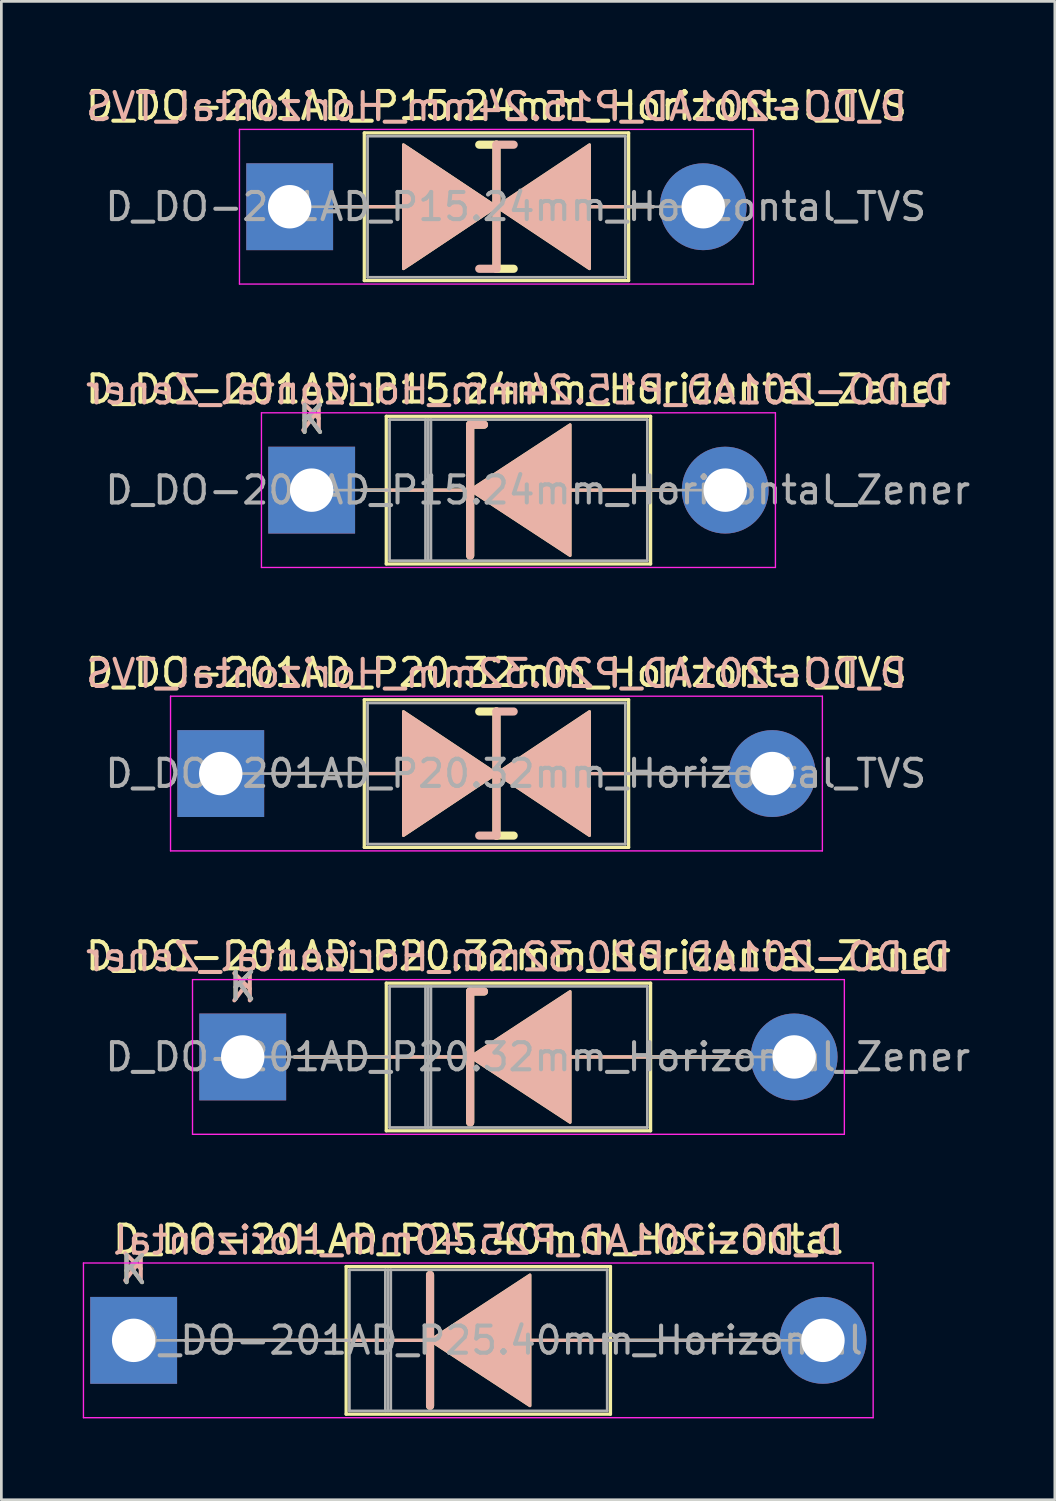
<source format=kicad_pcb>
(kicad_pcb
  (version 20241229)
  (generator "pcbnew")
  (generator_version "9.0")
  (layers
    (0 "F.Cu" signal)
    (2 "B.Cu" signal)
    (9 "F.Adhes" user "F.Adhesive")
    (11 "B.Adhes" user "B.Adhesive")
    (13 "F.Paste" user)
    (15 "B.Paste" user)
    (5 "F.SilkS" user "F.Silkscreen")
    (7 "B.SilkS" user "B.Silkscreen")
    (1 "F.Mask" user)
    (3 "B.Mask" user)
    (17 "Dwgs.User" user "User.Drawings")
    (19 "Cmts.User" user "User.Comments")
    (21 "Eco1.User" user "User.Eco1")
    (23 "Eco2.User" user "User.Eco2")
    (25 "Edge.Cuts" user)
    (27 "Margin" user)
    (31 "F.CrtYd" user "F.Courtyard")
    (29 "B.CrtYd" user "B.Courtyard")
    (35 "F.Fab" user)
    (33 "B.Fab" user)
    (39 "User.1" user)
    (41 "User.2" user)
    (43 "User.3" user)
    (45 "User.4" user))
  (footprint "D_DO-201AD_P20.32mm_Horizontal_TVS"
    (layer "F.Cu")
    (at 5.084 25.455)
    (property "Reference" "D_DO-201AD_P20.32mm_Horizontal_TVS" (at 10.16 -3.72 0) (layer "F.SilkS") (effects (font (size 1 1) (thickness 0.15))))
    (fp_line (start 1.905 0) (end 5.29 0) (stroke (width 0.12) (type solid)) (layer "F.SilkS"))
    (fp_line (start 5.29 -2.72) (end 5.29 2.72) (stroke (width 0.12) (type solid)) (layer "F.SilkS"))
    (fp_line (start 5.29 0) (end 6.731 0) (stroke (width 0.12) (type solid)) (layer "F.SilkS"))
    (fp_line (start 5.29 2.72) (end 15.03 2.72) (stroke (width 0.12) (type solid)) (layer "F.SilkS"))
    (fp_line (start 10.16 -2.286) (end 9.525 -2.286) (stroke (width 0.3) (type solid)) (layer "F.SilkS"))
    (fp_line (start 10.16 2.286) (end 10.16 -2.286) (stroke (width 0.3) (type solid)) (layer "F.SilkS"))
    (fp_line (start 10.795 2.286) (end 10.16 2.286) (stroke (width 0.3) (type solid)) (layer "F.SilkS"))
    (fp_line (start 13.589 0) (end 15.03 0) (stroke (width 0.12) (type solid)) (layer "F.SilkS"))
    (fp_line (start 15.03 -2.72) (end 5.29 -2.72) (stroke (width 0.12) (type solid)) (layer "F.SilkS"))
    (fp_line (start 15.03 2.72) (end 15.03 -2.72) (stroke (width 0.12) (type solid)) (layer "F.SilkS"))
    (fp_line (start 18.415 0) (end 15.03 0) (stroke (width 0.12) (type solid)) (layer "F.SilkS"))
    (fp_poly (pts (xy 10.16 0) (xy 6.731 2.286) (xy 6.731 -2.286)) (stroke (width 0.1) (type solid)) (fill yes) (layer "F.SilkS"))
    (fp_poly (pts (xy 10.16 0) (xy 13.589 -2.286) (xy 13.589 2.286)) (stroke (width 0.1) (type solid)) (fill yes) (layer "F.SilkS"))
    (fp_line (start 1.905 0) (end 5.29 0) (stroke (width 0.12) (type solid)) (layer "B.SilkS"))
    (fp_line (start 5.29 0) (end 6.731 0) (stroke (width 0.12) (type solid)) (layer "B.SilkS"))
    (fp_line (start 10.16 -2.286) (end 10.16 2.286) (stroke (width 0.3) (type solid)) (layer "B.SilkS"))
    (fp_line (start 10.16 2.286) (end 9.525 2.286) (stroke (width 0.3) (type solid)) (layer "B.SilkS"))
    (fp_line (start 10.795 -2.286) (end 10.16 -2.286) (stroke (width 0.3) (type solid)) (layer "B.SilkS"))
    (fp_line (start 13.589 0) (end 15.03 0) (stroke (width 0.12) (type solid)) (layer "B.SilkS"))
    (fp_line (start 18.415 0) (end 15.03 0) (stroke (width 0.12) (type solid)) (layer "B.SilkS"))
    (fp_poly (pts (xy 10.16 0) (xy 6.731 -2.286) (xy 6.731 2.286)) (stroke (width 0.1) (type solid)) (fill yes) (layer "B.SilkS"))
    (fp_poly (pts (xy 10.16 0) (xy 13.589 2.286) (xy 13.589 -2.286)) (stroke (width 0.1) (type solid)) (fill yes) (layer "B.SilkS"))
    (fp_line (start -1.85 -2.85) (end -1.85 2.85) (stroke (width 0.05) (type solid)) (layer "F.CrtYd"))
    (fp_line (start -1.85 2.85) (end 22.17 2.85) (stroke (width 0.05) (type solid)) (layer "F.CrtYd"))
    (fp_line (start 22.17 -2.85) (end -1.85 -2.85) (stroke (width 0.05) (type solid)) (layer "F.CrtYd"))
    (fp_line (start 22.17 2.85) (end 22.17 -2.85) (stroke (width 0.05) (type solid)) (layer "F.CrtYd"))
    (fp_line (start 0 0) (end 5.41 0) (stroke (width 0.1) (type solid)) (layer "F.Fab"))
    (fp_line (start 5.41 -2.6) (end 5.41 2.6) (stroke (width 0.1) (type solid)) (layer "F.Fab"))
    (fp_line (start 5.41 2.6) (end 14.91 2.6) (stroke (width 0.1) (type solid)) (layer "F.Fab"))
    (fp_line (start 14.91 -2.6) (end 5.41 -2.6) (stroke (width 0.1) (type solid)) (layer "F.Fab"))
    (fp_line (start 14.91 2.6) (end 14.91 -2.6) (stroke (width 0.1) (type solid)) (layer "F.Fab"))
    (fp_line (start 20.32 0) (end 14.91 0) (stroke (width 0.1) (type solid)) (layer "F.Fab"))
    (fp_text user "${REFERENCE}" (at 10.16 -3.683 0) (layer "B.SilkS") (effects (font (size 1 1) (thickness 0.15)) (justify mirror)))
    (fp_text user "${REFERENCE}" (at 10.873 0 0) (layer "F.Fab") (effects (font (size 1 1) (thickness 0.15))))
    (pad "1" thru_hole rect (at 0 0) (size 3.2 3.2) (drill 1.6) (layers "*.Cu" "*.Mask"))
    (pad "2" thru_hole oval (at 20.32 0) (size 3.2 3.2) (drill 1.6) (layers "*.Cu" "*.Mask")))
  (footprint "D_DO-201AD_P20.32mm_Horizontal_Zener"
    (layer "F.Cu")
    (at 5.894 35.898)
    (property "Reference" "D_DO-201AD_P20.32mm_Horizontal_Zener" (at 10.16 -3.72 0) (layer "F.SilkS") (effects (font (size 1 1) (thickness 0.15))))
    (fp_line (start 1.905 0) (end 5.29 0) (stroke (width 0.12) (type solid)) (layer "F.SilkS"))
    (fp_line (start 5.29 -2.72) (end 5.29 2.72) (stroke (width 0.12) (type solid)) (layer "F.SilkS"))
    (fp_line (start 5.29 2.72) (end 15.03 2.72) (stroke (width 0.12) (type solid)) (layer "F.SilkS"))
    (fp_line (start 8.255 0) (end 5.29 0) (stroke (width 0.12) (type solid)) (layer "F.SilkS"))
    (fp_line (start 8.382 -2.413) (end 8.382 2.413) (stroke (width 0.3) (type solid)) (layer "F.SilkS"))
    (fp_line (start 8.382 -2.413) (end 8.89 -2.413) (stroke (width 0.3) (type solid)) (layer "F.SilkS"))
    (fp_line (start 12.065 0) (end 15.03 0) (stroke (width 0.12) (type solid)) (layer "F.SilkS"))
    (fp_line (start 15.03 -2.72) (end 5.29 -2.72) (stroke (width 0.12) (type solid)) (layer "F.SilkS"))
    (fp_line (start 15.03 2.72) (end 15.03 -2.72) (stroke (width 0.12) (type solid)) (layer "F.SilkS"))
    (fp_line (start 18.415 0) (end 15.03 0) (stroke (width 0.12) (type solid)) (layer "F.SilkS"))
    (fp_poly (pts (xy 12.065 2.413) (xy 8.382 0) (xy 12.065 -2.413)) (stroke (width 0.1) (type solid)) (fill yes) (layer "F.SilkS"))
    (fp_line (start 1.905 0) (end 5.29 0) (stroke (width 0.12) (type solid)) (layer "B.SilkS"))
    (fp_line (start 8.255 0) (end 5.29 0) (stroke (width 0.12) (type solid)) (layer "B.SilkS"))
    (fp_line (start 8.382 -2.413) (end 8.89 -2.413) (stroke (width 0.3) (type solid)) (layer "B.SilkS"))
    (fp_line (start 8.382 2.413) (end 8.382 -2.413) (stroke (width 0.3) (type solid)) (layer "B.SilkS"))
    (fp_line (start 12.065 0) (end 15.03 0) (stroke (width 0.12) (type solid)) (layer "B.SilkS"))
    (fp_line (start 18.415 0) (end 15.03 0) (stroke (width 0.12) (type solid)) (layer "B.SilkS"))
    (fp_poly (pts (xy 12.065 -2.413) (xy 8.382 0) (xy 12.065 2.413)) (stroke (width 0.1) (type solid)) (fill yes) (layer "B.SilkS"))
    (fp_line (start -1.85 -2.85) (end -1.85 2.85) (stroke (width 0.05) (type solid)) (layer "F.CrtYd"))
    (fp_line (start -1.85 2.85) (end 22.17 2.85) (stroke (width 0.05) (type solid)) (layer "F.CrtYd"))
    (fp_line (start 22.17 -2.85) (end -1.85 -2.85) (stroke (width 0.05) (type solid)) (layer "F.CrtYd"))
    (fp_line (start 22.17 2.85) (end 22.17 -2.85) (stroke (width 0.05) (type solid)) (layer "F.CrtYd"))
    (fp_line (start 0 0) (end 5.41 0) (stroke (width 0.1) (type solid)) (layer "F.Fab"))
    (fp_line (start 5.41 -2.6) (end 5.41 2.6) (stroke (width 0.1) (type solid)) (layer "F.Fab"))
    (fp_line (start 5.41 2.6) (end 14.91 2.6) (stroke (width 0.1) (type solid)) (layer "F.Fab"))
    (fp_line (start 6.735 -2.6) (end 6.735 2.6) (stroke (width 0.1) (type solid)) (layer "F.Fab"))
    (fp_line (start 6.835 -2.6) (end 6.835 2.6) (stroke (width 0.1) (type solid)) (layer "F.Fab"))
    (fp_line (start 6.935 -2.6) (end 6.935 2.6) (stroke (width 0.1) (type solid)) (layer "F.Fab"))
    (fp_line (start 14.91 -2.6) (end 5.41 -2.6) (stroke (width 0.1) (type solid)) (layer "F.Fab"))
    (fp_line (start 14.91 2.6) (end 14.91 -2.6) (stroke (width 0.1) (type solid)) (layer "F.Fab"))
    (fp_line (start 20.32 0) (end 14.91 0) (stroke (width 0.1) (type solid)) (layer "F.Fab"))
    (fp_text user "K" (at 0 -2.6 0) (layer "F.SilkS") (effects (font (size 1 1) (thickness 0.15))))
    (fp_text user "${REFERENCE}" (at 10.16 -3.683 0) (layer "B.SilkS") (effects (font (size 1 1) (thickness 0.15)) (justify mirror)))
    (fp_text user "K" (at 0 -2.54 0) (layer "B.SilkS") (effects (font (size 1 1) (thickness 0.15)) (justify mirror)))
    (fp_text user "K" (at 0 -2.6 0) (layer "F.Fab") (effects (font (size 1 1) (thickness 0.15))))
    (fp_text user "${REFERENCE}" (at 10.873 0 0) (layer "F.Fab") (effects (font (size 1 1) (thickness 0.15))))
    (pad "1" thru_hole rect (at 0 0) (size 3.2 3.2) (drill 1.6) (layers "*.Cu" "*.Mask"))
    (pad "2" thru_hole oval (at 20.32 0) (size 3.2 3.2) (drill 1.6) (layers "*.Cu" "*.Mask")))
  (footprint "D_DO-201AD_P15.24mm_Horizontal_TVS"
    (layer "F.Cu")
    (at 7.624 4.568)
    (property "Reference" "D_DO-201AD_P15.24mm_Horizontal_TVS" (at 7.62 -3.72 0) (layer "F.SilkS") (effects (font (size 1 1) (thickness 0.15))))
    (fp_line (start 1.84 0) (end 2.75 0) (stroke (width 0.12) (type solid)) (layer "F.SilkS"))
    (fp_line (start 2.75 -2.72) (end 2.75 2.72) (stroke (width 0.12) (type solid)) (layer "F.SilkS"))
    (fp_line (start 2.75 0) (end 4.191 0) (stroke (width 0.12) (type solid)) (layer "F.SilkS"))
    (fp_line (start 2.75 2.72) (end 12.49 2.72) (stroke (width 0.12) (type solid)) (layer "F.SilkS"))
    (fp_line (start 7.62 -2.286) (end 6.985 -2.286) (stroke (width 0.3) (type solid)) (layer "F.SilkS"))
    (fp_line (start 7.62 2.286) (end 7.62 -2.286) (stroke (width 0.3) (type solid)) (layer "F.SilkS"))
    (fp_line (start 8.255 2.286) (end 7.62 2.286) (stroke (width 0.3) (type solid)) (layer "F.SilkS"))
    (fp_line (start 11.049 0) (end 12.49 0) (stroke (width 0.12) (type solid)) (layer "F.SilkS"))
    (fp_line (start 12.49 -2.72) (end 2.75 -2.72) (stroke (width 0.12) (type solid)) (layer "F.SilkS"))
    (fp_line (start 12.49 2.72) (end 12.49 -2.72) (stroke (width 0.12) (type solid)) (layer "F.SilkS"))
    (fp_line (start 13.4 0) (end 12.49 0) (stroke (width 0.12) (type solid)) (layer "F.SilkS"))
    (fp_poly (pts (xy 7.62 0) (xy 4.191 2.286) (xy 4.191 -2.286)) (stroke (width 0.1) (type solid)) (fill yes) (layer "F.SilkS"))
    (fp_poly (pts (xy 7.62 0) (xy 11.049 -2.286) (xy 11.049 2.286)) (stroke (width 0.1) (type solid)) (fill yes) (layer "F.SilkS"))
    (fp_line (start 1.84 0) (end 2.75 0) (stroke (width 0.12) (type solid)) (layer "B.SilkS"))
    (fp_line (start 2.75 0) (end 4.191 0) (stroke (width 0.12) (type solid)) (layer "B.SilkS"))
    (fp_line (start 7.62 -2.286) (end 7.62 2.286) (stroke (width 0.3) (type solid)) (layer "B.SilkS"))
    (fp_line (start 7.62 2.286) (end 6.985 2.286) (stroke (width 0.3) (type solid)) (layer "B.SilkS"))
    (fp_line (start 8.255 -2.286) (end 7.62 -2.286) (stroke (width 0.3) (type solid)) (layer "B.SilkS"))
    (fp_line (start 11.049 0) (end 12.49 0) (stroke (width 0.12) (type solid)) (layer "B.SilkS"))
    (fp_line (start 13.4 0) (end 12.49 0) (stroke (width 0.12) (type solid)) (layer "B.SilkS"))
    (fp_poly (pts (xy 7.62 0) (xy 4.191 -2.286) (xy 4.191 2.286)) (stroke (width 0.1) (type solid)) (fill yes) (layer "B.SilkS"))
    (fp_poly (pts (xy 7.62 0) (xy 11.049 2.286) (xy 11.049 -2.286)) (stroke (width 0.1) (type solid)) (fill yes) (layer "B.SilkS"))
    (fp_line (start -1.85 -2.85) (end -1.85 2.85) (stroke (width 0.05) (type solid)) (layer "F.CrtYd"))
    (fp_line (start -1.85 2.85) (end 17.09 2.85) (stroke (width 0.05) (type solid)) (layer "F.CrtYd"))
    (fp_line (start 17.09 -2.85) (end -1.85 -2.85) (stroke (width 0.05) (type solid)) (layer "F.CrtYd"))
    (fp_line (start 17.09 2.85) (end 17.09 -2.85) (stroke (width 0.05) (type solid)) (layer "F.CrtYd"))
    (fp_line (start 0 0) (end 2.87 0) (stroke (width 0.1) (type solid)) (layer "F.Fab"))
    (fp_line (start 2.87 -2.6) (end 2.87 2.6) (stroke (width 0.1) (type solid)) (layer "F.Fab"))
    (fp_line (start 2.87 2.6) (end 12.37 2.6) (stroke (width 0.1) (type solid)) (layer "F.Fab"))
    (fp_line (start 12.37 -2.6) (end 2.87 -2.6) (stroke (width 0.1) (type solid)) (layer "F.Fab"))
    (fp_line (start 12.37 2.6) (end 12.37 -2.6) (stroke (width 0.1) (type solid)) (layer "F.Fab"))
    (fp_line (start 15.24 0) (end 12.37 0) (stroke (width 0.1) (type solid)) (layer "F.Fab"))
    (fp_text user "${REFERENCE}" (at 7.62 -3.683 0) (layer "B.SilkS") (effects (font (size 1 1) (thickness 0.15)) (justify mirror)))
    (fp_text user "${REFERENCE}" (at 8.332 0 0) (layer "F.Fab") (effects (font (size 1 1) (thickness 0.15))))
    (pad "1" thru_hole rect (at 0 0) (size 3.2 3.2) (drill 1.6) (layers "*.Cu" "*.Mask"))
    (pad "2" thru_hole oval (at 15.24 0) (size 3.2 3.2) (drill 1.6) (layers "*.Cu" "*.Mask")))
  (footprint "D_DO-201AD_P25.40mm_Horizontal"
    (layer "F.Cu")
    (at 1.875 46.341)
    (property "Reference" "D_DO-201AD_P25.40mm_Horizontal" (at 12.7 -3.72 0) (layer "F.SilkS") (effects (font (size 1 1) (thickness 0.15))))
    (fp_line (start 1.905 0) (end 7.83 0) (stroke (width 0.12) (type solid)) (layer "F.SilkS"))
    (fp_line (start 7.83 -2.72) (end 7.83 2.72) (stroke (width 0.12) (type solid)) (layer "F.SilkS"))
    (fp_line (start 7.83 2.72) (end 17.57 2.72) (stroke (width 0.12) (type solid)) (layer "F.SilkS"))
    (fp_line (start 10.795 0) (end 7.83 0) (stroke (width 0.12) (type solid)) (layer "F.SilkS"))
    (fp_line (start 10.922 -2.413) (end 10.922 2.413) (stroke (width 0.3) (type solid)) (layer "F.SilkS"))
    (fp_line (start 14.605 0) (end 17.57 0) (stroke (width 0.12) (type solid)) (layer "F.SilkS"))
    (fp_line (start 17.57 -2.72) (end 7.83 -2.72) (stroke (width 0.12) (type solid)) (layer "F.SilkS"))
    (fp_line (start 17.57 2.72) (end 17.57 -2.72) (stroke (width 0.12) (type solid)) (layer "F.SilkS"))
    (fp_line (start 23.495 0) (end 17.57 0) (stroke (width 0.12) (type solid)) (layer "F.SilkS"))
    (fp_poly (pts (xy 14.605 2.413) (xy 10.922 0) (xy 14.605 -2.413)) (stroke (width 0.1) (type solid)) (fill yes) (layer "F.SilkS"))
    (fp_line (start 1.905 0) (end 7.83 0) (stroke (width 0.12) (type solid)) (layer "B.SilkS"))
    (fp_line (start 10.795 0) (end 7.83 0) (stroke (width 0.12) (type solid)) (layer "B.SilkS"))
    (fp_line (start 10.922 2.413) (end 10.922 -2.413) (stroke (width 0.3) (type solid)) (layer "B.SilkS"))
    (fp_line (start 14.605 0) (end 17.57 0) (stroke (width 0.12) (type solid)) (layer "B.SilkS"))
    (fp_line (start 23.495 0) (end 17.57 0) (stroke (width 0.12) (type solid)) (layer "B.SilkS"))
    (fp_poly (pts (xy 14.605 -2.413) (xy 10.922 0) (xy 14.605 2.413)) (stroke (width 0.1) (type solid)) (fill yes) (layer "B.SilkS"))
    (fp_line (start -1.85 -2.85) (end -1.85 2.85) (stroke (width 0.05) (type solid)) (layer "F.CrtYd"))
    (fp_line (start -1.85 2.85) (end 27.25 2.85) (stroke (width 0.05) (type solid)) (layer "F.CrtYd"))
    (fp_line (start 27.25 -2.85) (end -1.85 -2.85) (stroke (width 0.05) (type solid)) (layer "F.CrtYd"))
    (fp_line (start 27.25 2.85) (end 27.25 -2.85) (stroke (width 0.05) (type solid)) (layer "F.CrtYd"))
    (fp_line (start 0 0) (end 7.95 0) (stroke (width 0.1) (type solid)) (layer "F.Fab"))
    (fp_line (start 7.95 -2.6) (end 7.95 2.6) (stroke (width 0.1) (type solid)) (layer "F.Fab"))
    (fp_line (start 7.95 2.6) (end 17.45 2.6) (stroke (width 0.1) (type solid)) (layer "F.Fab"))
    (fp_line (start 9.275 -2.6) (end 9.275 2.6) (stroke (width 0.1) (type solid)) (layer "F.Fab"))
    (fp_line (start 9.375 -2.6) (end 9.375 2.6) (stroke (width 0.1) (type solid)) (layer "F.Fab"))
    (fp_line (start 9.475 -2.6) (end 9.475 2.6) (stroke (width 0.1) (type solid)) (layer "F.Fab"))
    (fp_line (start 17.45 -2.6) (end 7.95 -2.6) (stroke (width 0.1) (type solid)) (layer "F.Fab"))
    (fp_line (start 17.45 2.6) (end 17.45 -2.6) (stroke (width 0.1) (type solid)) (layer "F.Fab"))
    (fp_line (start 25.4 0) (end 17.45 0) (stroke (width 0.1) (type solid)) (layer "F.Fab"))
    (fp_text user "K" (at 0 -2.6 0) (layer "F.SilkS") (effects (font (size 1 1) (thickness 0.15))))
    (fp_text user "${REFERENCE}" (at 12.7 -3.683 0) (layer "B.SilkS") (effects (font (size 1 1) (thickness 0.15)) (justify mirror)))
    (fp_text user "K" (at 0 -2.667 0) (layer "B.SilkS") (effects (font (size 1 1) (thickness 0.15)) (justify mirror)))
    (fp_text user "${REFERENCE}" (at 13.412 0 0) (layer "F.Fab") (effects (font (size 1 1) (thickness 0.15))))
    (fp_text user "K" (at 0 -2.6 0) (layer "F.Fab") (effects (font (size 1 1) (thickness 0.15))))
    (pad "1" thru_hole rect (at 0 0) (size 3.2 3.2) (drill 1.6) (layers "*.Cu" "*.Mask"))
    (pad "2" thru_hole oval (at 25.4 0) (size 3.2 3.2) (drill 1.6) (layers "*.Cu" "*.Mask")))
  (footprint "D_DO-201AD_P15.24mm_Horizontal_Zener"
    (layer "F.Cu")
    (at 8.434 15.011)
    (property "Reference" "D_DO-201AD_P15.24mm_Horizontal_Zener" (at 7.62 -3.72 0) (layer "F.SilkS") (effects (font (size 1 1) (thickness 0.15))))
    (fp_line (start 1.84 0) (end 2.75 0) (stroke (width 0.12) (type solid)) (layer "F.SilkS"))
    (fp_line (start 2.75 -2.72) (end 2.75 2.72) (stroke (width 0.12) (type solid)) (layer "F.SilkS"))
    (fp_line (start 2.75 2.72) (end 12.49 2.72) (stroke (width 0.12) (type solid)) (layer "F.SilkS"))
    (fp_line (start 5.715 0) (end 2.75 0) (stroke (width 0.12) (type solid)) (layer "F.SilkS"))
    (fp_line (start 5.842 -2.413) (end 5.842 2.413) (stroke (width 0.3) (type solid)) (layer "F.SilkS"))
    (fp_line (start 5.842 -2.413) (end 6.35 -2.413) (stroke (width 0.3) (type solid)) (layer "F.SilkS"))
    (fp_line (start 9.525 0) (end 12.49 0) (stroke (width 0.12) (type solid)) (layer "F.SilkS"))
    (fp_line (start 12.49 -2.72) (end 2.75 -2.72) (stroke (width 0.12) (type solid)) (layer "F.SilkS"))
    (fp_line (start 12.49 2.72) (end 12.49 -2.72) (stroke (width 0.12) (type solid)) (layer "F.SilkS"))
    (fp_line (start 13.4 0) (end 12.49 0) (stroke (width 0.12) (type solid)) (layer "F.SilkS"))
    (fp_poly (pts (xy 9.525 2.413) (xy 5.842 0) (xy 9.525 -2.413)) (stroke (width 0.1) (type solid)) (fill yes) (layer "F.SilkS"))
    (fp_line (start 1.84 0) (end 2.75 0) (stroke (width 0.12) (type solid)) (layer "B.SilkS"))
    (fp_line (start 5.715 0) (end 2.75 0) (stroke (width 0.12) (type solid)) (layer "B.SilkS"))
    (fp_line (start 5.842 -2.413) (end 6.35 -2.413) (stroke (width 0.3) (type solid)) (layer "B.SilkS"))
    (fp_line (start 5.842 2.413) (end 5.842 -2.413) (stroke (width 0.3) (type solid)) (layer "B.SilkS"))
    (fp_line (start 9.525 0) (end 12.49 0) (stroke (width 0.12) (type solid)) (layer "B.SilkS"))
    (fp_line (start 13.4 0) (end 12.49 0) (stroke (width 0.12) (type solid)) (layer "B.SilkS"))
    (fp_poly (pts (xy 9.525 -2.413) (xy 5.842 0) (xy 9.525 2.413)) (stroke (width 0.1) (type solid)) (fill yes) (layer "B.SilkS"))
    (fp_line (start -1.85 -2.85) (end -1.85 2.85) (stroke (width 0.05) (type solid)) (layer "F.CrtYd"))
    (fp_line (start -1.85 2.85) (end 17.09 2.85) (stroke (width 0.05) (type solid)) (layer "F.CrtYd"))
    (fp_line (start 17.09 -2.85) (end -1.85 -2.85) (stroke (width 0.05) (type solid)) (layer "F.CrtYd"))
    (fp_line (start 17.09 2.85) (end 17.09 -2.85) (stroke (width 0.05) (type solid)) (layer "F.CrtYd"))
    (fp_line (start 0 0) (end 2.87 0) (stroke (width 0.1) (type solid)) (layer "F.Fab"))
    (fp_line (start 2.87 -2.6) (end 2.87 2.6) (stroke (width 0.1) (type solid)) (layer "F.Fab"))
    (fp_line (start 2.87 2.6) (end 12.37 2.6) (stroke (width 0.1) (type solid)) (layer "F.Fab"))
    (fp_line (start 4.195 -2.6) (end 4.195 2.6) (stroke (width 0.1) (type solid)) (layer "F.Fab"))
    (fp_line (start 4.295 -2.6) (end 4.295 2.6) (stroke (width 0.1) (type solid)) (layer "F.Fab"))
    (fp_line (start 4.395 -2.6) (end 4.395 2.6) (stroke (width 0.1) (type solid)) (layer "F.Fab"))
    (fp_line (start 12.37 -2.6) (end 2.87 -2.6) (stroke (width 0.1) (type solid)) (layer "F.Fab"))
    (fp_line (start 12.37 2.6) (end 12.37 -2.6) (stroke (width 0.1) (type solid)) (layer "F.Fab"))
    (fp_line (start 15.24 0) (end 12.37 0) (stroke (width 0.1) (type solid)) (layer "F.Fab"))
    (fp_text user "K" (at 0 -2.6 0) (layer "F.SilkS") (effects (font (size 1 1) (thickness 0.15))))
    (fp_text user "${REFERENCE}" (at 7.62 -3.683 0) (layer "B.SilkS") (effects (font (size 1 1) (thickness 0.15)) (justify mirror)))
    (fp_text user "K" (at 0 -2.667 0) (layer "B.SilkS") (effects (font (size 1 1) (thickness 0.15)) (justify mirror)))
    (fp_text user "K" (at 0 -2.6 0) (layer "F.Fab") (effects (font (size 1 1) (thickness 0.15))))
    (fp_text user "${REFERENCE}" (at 8.332 0 0) (layer "F.Fab") (effects (font (size 1 1) (thickness 0.15))))
    (pad "1" thru_hole rect (at 0 0) (size 3.2 3.2) (drill 1.6) (layers "*.Cu" "*.Mask"))
    (pad "2" thru_hole oval (at 15.24 0) (size 3.2 3.2) (drill 1.6) (layers "*.Cu" "*.Mask")))
  (gr_rect
    (start -3 -3)
    (end 35.82 52.216)
    (stroke (width 0.1) (type default))
    (fill no)
    (layer "Edge.Cuts")))
</source>
